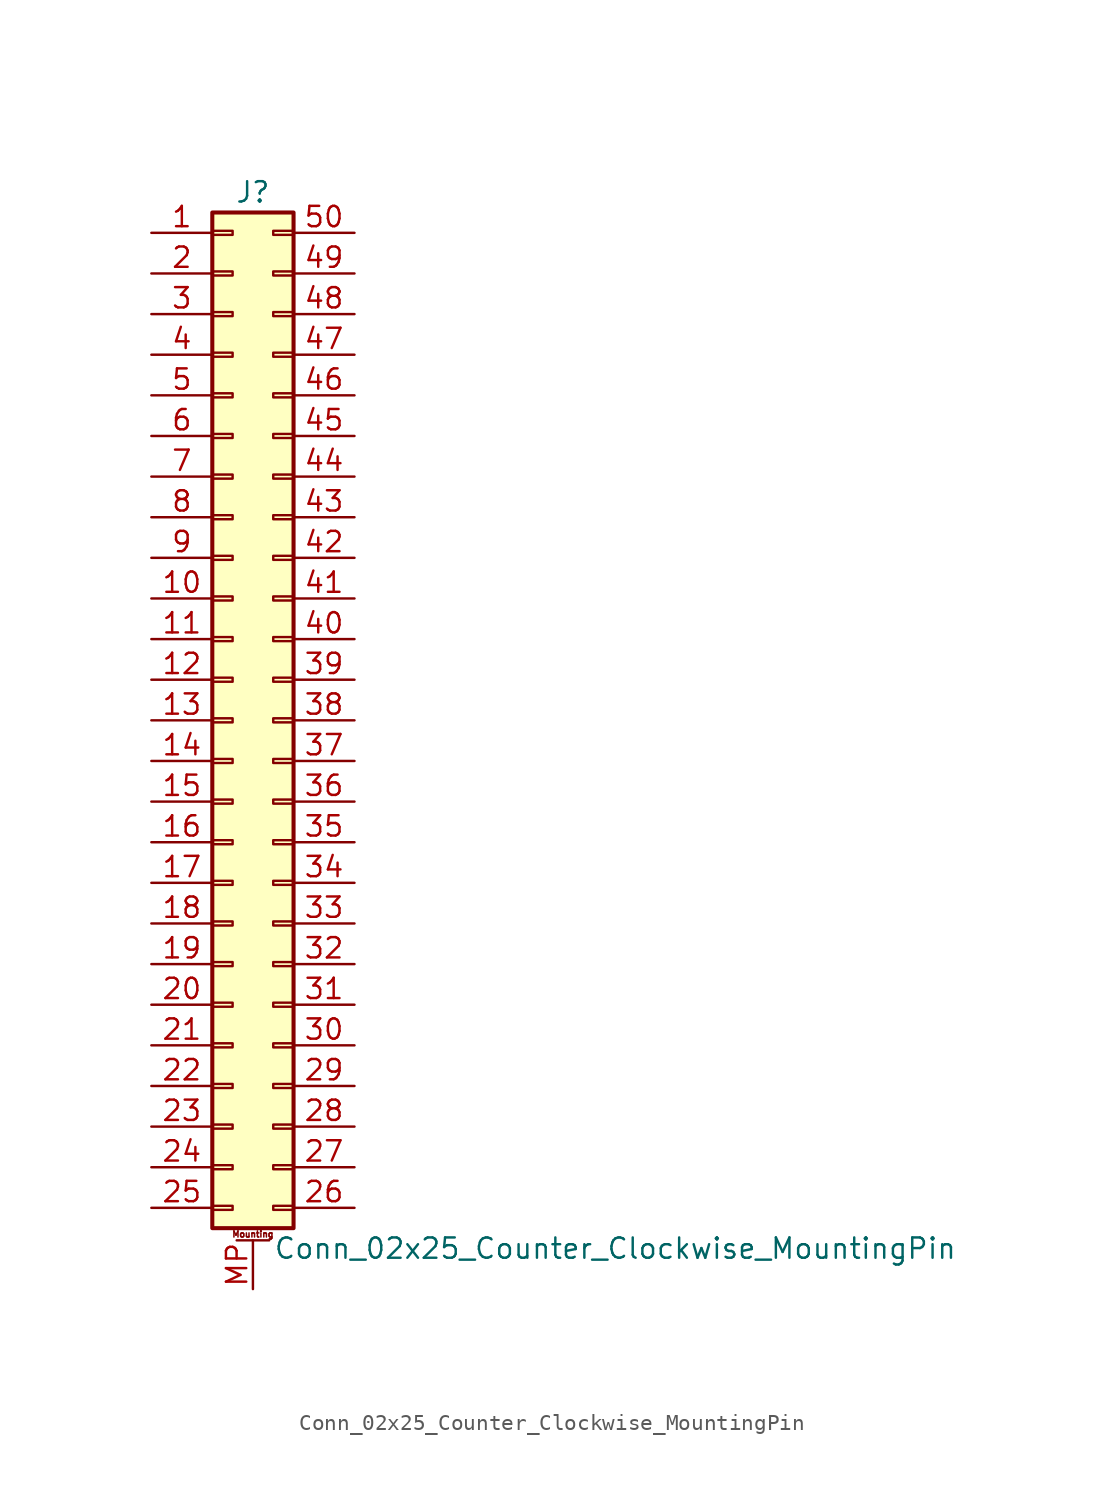
<source format=kicad_sym>
(kicad_symbol_lib
  (version 20220914)
  (generator kicad_symbol_editor)
  (symbol "Conn_02x25_Counter_Clockwise_MountingPin"
    (pin_names
      (offset 1.016) hide)
    (property "Reference" "J"
      (at 1.27 33.02 0)
      (effects (font (size 1.27 1.27))))
    (property "Value" "Conn_02x25_Counter_Clockwise_MountingPin"
      (at 2.54 -33.02 0)
      (effects (font (size 1.27 1.27)) (justify left)))
    (symbol "Conn_02x25_Counter_Clockwise_MountingPin_1_1"
      (rectangle (start -1.27 -30.353) (end 0 -30.607) (stroke (width 0.152) (type default)) (fill (type none)))
      (rectangle (start -1.27 -27.813) (end 0 -28.067) (stroke (width 0.152) (type default)) (fill (type none)))
      (rectangle (start -1.27 -25.273) (end 0 -25.527) (stroke (width 0.152) (type default)) (fill (type none)))
      (rectangle (start -1.27 -22.733) (end 0 -22.987) (stroke (width 0.152) (type default)) (fill (type none)))
      (rectangle (start -1.27 -20.193) (end 0 -20.447) (stroke (width 0.152) (type default)) (fill (type none)))
      (rectangle (start -1.27 -17.653) (end 0 -17.907) (stroke (width 0.152) (type default)) (fill (type none)))
      (rectangle (start -1.27 -15.113) (end 0 -15.367) (stroke (width 0.152) (type default)) (fill (type none)))
      (rectangle (start -1.27 -12.573) (end 0 -12.827) (stroke (width 0.152) (type default)) (fill (type none)))
      (rectangle (start -1.27 -10.033) (end 0 -10.287) (stroke (width 0.152) (type default)) (fill (type none)))
      (rectangle (start -1.27 -7.493) (end 0 -7.747) (stroke (width 0.152) (type default)) (fill (type none)))
      (rectangle (start -1.27 -4.953) (end 0 -5.207) (stroke (width 0.152) (type default)) (fill (type none)))
      (rectangle (start -1.27 -2.413) (end 0 -2.667) (stroke (width 0.152) (type default)) (fill (type none)))
      (rectangle (start -1.27 0.127) (end 0 -0.127) (stroke (width 0.152) (type default)) (fill (type none)))
      (rectangle (start -1.27 2.667) (end 0 2.413) (stroke (width 0.152) (type default)) (fill (type none)))
      (rectangle (start -1.27 5.207) (end 0 4.953) (stroke (width 0.152) (type default)) (fill (type none)))
      (rectangle (start -1.27 7.747) (end 0 7.493) (stroke (width 0.152) (type default)) (fill (type none)))
      (rectangle (start -1.27 10.287) (end 0 10.033) (stroke (width 0.152) (type default)) (fill (type none)))
      (rectangle (start -1.27 12.827) (end 0 12.573) (stroke (width 0.152) (type default)) (fill (type none)))
      (rectangle (start -1.27 15.367) (end 0 15.113) (stroke (width 0.152) (type default)) (fill (type none)))
      (rectangle (start -1.27 17.907) (end 0 17.653) (stroke (width 0.152) (type default)) (fill (type none)))
      (rectangle (start -1.27 20.447) (end 0 20.193) (stroke (width 0.152) (type default)) (fill (type none)))
      (rectangle (start -1.27 22.987) (end 0 22.733) (stroke (width 0.152) (type default)) (fill (type none)))
      (rectangle (start -1.27 25.527) (end 0 25.273) (stroke (width 0.152) (type default)) (fill (type none)))
      (rectangle (start -1.27 28.067) (end 0 27.813) (stroke (width 0.152) (type default)) (fill (type none)))
      (rectangle (start -1.27 30.607) (end 0 30.353) (stroke (width 0.152) (type default)) (fill (type none)))
      (rectangle (start -1.27 31.75) (end 3.81 -31.75) (stroke (width 0.254) (type default)) (fill (type background)))
      (polyline (pts (xy 0.254 -32.512) (xy 2.286 -32.512)) (stroke (width 0.152) (type default)) (fill (type none)))
      (rectangle (start 3.81 -30.353) (end 2.54 -30.607) (stroke (width 0.152) (type default)) (fill (type none)))
      (rectangle (start 3.81 -27.813) (end 2.54 -28.067) (stroke (width 0.152) (type default)) (fill (type none)))
      (rectangle (start 3.81 -25.273) (end 2.54 -25.527) (stroke (width 0.152) (type default)) (fill (type none)))
      (rectangle (start 3.81 -22.733) (end 2.54 -22.987) (stroke (width 0.152) (type default)) (fill (type none)))
      (rectangle (start 3.81 -20.193) (end 2.54 -20.447) (stroke (width 0.152) (type default)) (fill (type none)))
      (rectangle (start 3.81 -17.653) (end 2.54 -17.907) (stroke (width 0.152) (type default)) (fill (type none)))
      (rectangle (start 3.81 -15.113) (end 2.54 -15.367) (stroke (width 0.152) (type default)) (fill (type none)))
      (rectangle (start 3.81 -12.573) (end 2.54 -12.827) (stroke (width 0.152) (type default)) (fill (type none)))
      (rectangle (start 3.81 -10.033) (end 2.54 -10.287) (stroke (width 0.152) (type default)) (fill (type none)))
      (rectangle (start 3.81 -7.493) (end 2.54 -7.747) (stroke (width 0.152) (type default)) (fill (type none)))
      (rectangle (start 3.81 -4.953) (end 2.54 -5.207) (stroke (width 0.152) (type default)) (fill (type none)))
      (rectangle (start 3.81 -2.413) (end 2.54 -2.667) (stroke (width 0.152) (type default)) (fill (type none)))
      (rectangle (start 3.81 0.127) (end 2.54 -0.127) (stroke (width 0.152) (type default)) (fill (type none)))
      (rectangle (start 3.81 2.667) (end 2.54 2.413) (stroke (width 0.152) (type default)) (fill (type none)))
      (rectangle (start 3.81 5.207) (end 2.54 4.953) (stroke (width 0.152) (type default)) (fill (type none)))
      (rectangle (start 3.81 7.747) (end 2.54 7.493) (stroke (width 0.152) (type default)) (fill (type none)))
      (rectangle (start 3.81 10.287) (end 2.54 10.033) (stroke (width 0.152) (type default)) (fill (type none)))
      (rectangle (start 3.81 12.827) (end 2.54 12.573) (stroke (width 0.152) (type default)) (fill (type none)))
      (rectangle (start 3.81 15.367) (end 2.54 15.113) (stroke (width 0.152) (type default)) (fill (type none)))
      (rectangle (start 3.81 17.907) (end 2.54 17.653) (stroke (width 0.152) (type default)) (fill (type none)))
      (rectangle (start 3.81 20.447) (end 2.54 20.193) (stroke (width 0.152) (type default)) (fill (type none)))
      (rectangle (start 3.81 22.987) (end 2.54 22.733) (stroke (width 0.152) (type default)) (fill (type none)))
      (rectangle (start 3.81 25.527) (end 2.54 25.273) (stroke (width 0.152) (type default)) (fill (type none)))
      (rectangle (start 3.81 28.067) (end 2.54 27.813) (stroke (width 0.152) (type default)) (fill (type none)))
      (rectangle (start 3.81 30.607) (end 2.54 30.353) (stroke (width 0.152) (type default)) (fill (type none)))
      (text "Mounting" (at 1.27 -32.131 0) (effects (font (size 0.381 0.381))))
      (pin passive line (at -5.08 30.48 0) (length 3.81) (name "Pin_1" (effects (font (size 1.27 1.27)))) (number "1" (effects (font (size 1.27 1.27)))))
      (pin passive line (at -5.08 7.62 0) (length 3.81) (name "Pin_10" (effects (font (size 1.27 1.27)))) (number "10" (effects (font (size 1.27 1.27)))))
      (pin passive line (at -5.08 5.08 0) (length 3.81) (name "Pin_11" (effects (font (size 1.27 1.27)))) (number "11" (effects (font (size 1.27 1.27)))))
      (pin passive line (at -5.08 2.54 0) (length 3.81) (name "Pin_12" (effects (font (size 1.27 1.27)))) (number "12" (effects (font (size 1.27 1.27)))))
      (pin passive line (at -5.08 0 0) (length 3.81) (name "Pin_13" (effects (font (size 1.27 1.27)))) (number "13" (effects (font (size 1.27 1.27)))))
      (pin passive line (at -5.08 -2.54 0) (length 3.81) (name "Pin_14" (effects (font (size 1.27 1.27)))) (number "14" (effects (font (size 1.27 1.27)))))
      (pin passive line (at -5.08 -5.08 0) (length 3.81) (name "Pin_15" (effects (font (size 1.27 1.27)))) (number "15" (effects (font (size 1.27 1.27)))))
      (pin passive line (at -5.08 -7.62 0) (length 3.81) (name "Pin_16" (effects (font (size 1.27 1.27)))) (number "16" (effects (font (size 1.27 1.27)))))
      (pin passive line (at -5.08 -10.16 0) (length 3.81) (name "Pin_17" (effects (font (size 1.27 1.27)))) (number "17" (effects (font (size 1.27 1.27)))))
      (pin passive line (at -5.08 -12.7 0) (length 3.81) (name "Pin_18" (effects (font (size 1.27 1.27)))) (number "18" (effects (font (size 1.27 1.27)))))
      (pin passive line (at -5.08 -15.24 0) (length 3.81) (name "Pin_19" (effects (font (size 1.27 1.27)))) (number "19" (effects (font (size 1.27 1.27)))))
      (pin passive line (at -5.08 27.94 0) (length 3.81) (name "Pin_2" (effects (font (size 1.27 1.27)))) (number "2" (effects (font (size 1.27 1.27)))))
      (pin passive line (at -5.08 -17.78 0) (length 3.81) (name "Pin_20" (effects (font (size 1.27 1.27)))) (number "20" (effects (font (size 1.27 1.27)))))
      (pin passive line (at -5.08 -20.32 0) (length 3.81) (name "Pin_21" (effects (font (size 1.27 1.27)))) (number "21" (effects (font (size 1.27 1.27)))))
      (pin passive line (at -5.08 -22.86 0) (length 3.81) (name "Pin_22" (effects (font (size 1.27 1.27)))) (number "22" (effects (font (size 1.27 1.27)))))
      (pin passive line (at -5.08 -25.4 0) (length 3.81) (name "Pin_23" (effects (font (size 1.27 1.27)))) (number "23" (effects (font (size 1.27 1.27)))))
      (pin passive line (at -5.08 -27.94 0) (length 3.81) (name "Pin_24" (effects (font (size 1.27 1.27)))) (number "24" (effects (font (size 1.27 1.27)))))
      (pin passive line (at -5.08 -30.48 0) (length 3.81) (name "Pin_25" (effects (font (size 1.27 1.27)))) (number "25" (effects (font (size 1.27 1.27)))))
      (pin passive line (at 7.62 -30.48 180) (length 3.81) (name "Pin_26" (effects (font (size 1.27 1.27)))) (number "26" (effects (font (size 1.27 1.27)))))
      (pin passive line (at 7.62 -27.94 180) (length 3.81) (name "Pin_27" (effects (font (size 1.27 1.27)))) (number "27" (effects (font (size 1.27 1.27)))))
      (pin passive line (at 7.62 -25.4 180) (length 3.81) (name "Pin_28" (effects (font (size 1.27 1.27)))) (number "28" (effects (font (size 1.27 1.27)))))
      (pin passive line (at 7.62 -22.86 180) (length 3.81) (name "Pin_29" (effects (font (size 1.27 1.27)))) (number "29" (effects (font (size 1.27 1.27)))))
      (pin passive line (at -5.08 25.4 0) (length 3.81) (name "Pin_3" (effects (font (size 1.27 1.27)))) (number "3" (effects (font (size 1.27 1.27)))))
      (pin passive line (at 7.62 -20.32 180) (length 3.81) (name "Pin_30" (effects (font (size 1.27 1.27)))) (number "30" (effects (font (size 1.27 1.27)))))
      (pin passive line (at 7.62 -17.78 180) (length 3.81) (name "Pin_31" (effects (font (size 1.27 1.27)))) (number "31" (effects (font (size 1.27 1.27)))))
      (pin passive line (at 7.62 -15.24 180) (length 3.81) (name "Pin_32" (effects (font (size 1.27 1.27)))) (number "32" (effects (font (size 1.27 1.27)))))
      (pin passive line (at 7.62 -12.7 180) (length 3.81) (name "Pin_33" (effects (font (size 1.27 1.27)))) (number "33" (effects (font (size 1.27 1.27)))))
      (pin passive line (at 7.62 -10.16 180) (length 3.81) (name "Pin_34" (effects (font (size 1.27 1.27)))) (number "34" (effects (font (size 1.27 1.27)))))
      (pin passive line (at 7.62 -7.62 180) (length 3.81) (name "Pin_35" (effects (font (size 1.27 1.27)))) (number "35" (effects (font (size 1.27 1.27)))))
      (pin passive line (at 7.62 -5.08 180) (length 3.81) (name "Pin_36" (effects (font (size 1.27 1.27)))) (number "36" (effects (font (size 1.27 1.27)))))
      (pin passive line (at 7.62 -2.54 180) (length 3.81) (name "Pin_37" (effects (font (size 1.27 1.27)))) (number "37" (effects (font (size 1.27 1.27)))))
      (pin passive line (at 7.62 0 180) (length 3.81) (name "Pin_38" (effects (font (size 1.27 1.27)))) (number "38" (effects (font (size 1.27 1.27)))))
      (pin passive line (at 7.62 2.54 180) (length 3.81) (name "Pin_39" (effects (font (size 1.27 1.27)))) (number "39" (effects (font (size 1.27 1.27)))))
      (pin passive line (at -5.08 22.86 0) (length 3.81) (name "Pin_4" (effects (font (size 1.27 1.27)))) (number "4" (effects (font (size 1.27 1.27)))))
      (pin passive line (at 7.62 5.08 180) (length 3.81) (name "Pin_40" (effects (font (size 1.27 1.27)))) (number "40" (effects (font (size 1.27 1.27)))))
      (pin passive line (at 7.62 7.62 180) (length 3.81) (name "Pin_41" (effects (font (size 1.27 1.27)))) (number "41" (effects (font (size 1.27 1.27)))))
      (pin passive line (at 7.62 10.16 180) (length 3.81) (name "Pin_42" (effects (font (size 1.27 1.27)))) (number "42" (effects (font (size 1.27 1.27)))))
      (pin passive line (at 7.62 12.7 180) (length 3.81) (name "Pin_43" (effects (font (size 1.27 1.27)))) (number "43" (effects (font (size 1.27 1.27)))))
      (pin passive line (at 7.62 15.24 180) (length 3.81) (name "Pin_44" (effects (font (size 1.27 1.27)))) (number "44" (effects (font (size 1.27 1.27)))))
      (pin passive line (at 7.62 17.78 180) (length 3.81) (name "Pin_45" (effects (font (size 1.27 1.27)))) (number "45" (effects (font (size 1.27 1.27)))))
      (pin passive line (at 7.62 20.32 180) (length 3.81) (name "Pin_46" (effects (font (size 1.27 1.27)))) (number "46" (effects (font (size 1.27 1.27)))))
      (pin passive line (at 7.62 22.86 180) (length 3.81) (name "Pin_47" (effects (font (size 1.27 1.27)))) (number "47" (effects (font (size 1.27 1.27)))))
      (pin passive line (at 7.62 25.4 180) (length 3.81) (name "Pin_48" (effects (font (size 1.27 1.27)))) (number "48" (effects (font (size 1.27 1.27)))))
      (pin passive line (at 7.62 27.94 180) (length 3.81) (name "Pin_49" (effects (font (size 1.27 1.27)))) (number "49" (effects (font (size 1.27 1.27)))))
      (pin passive line (at -5.08 20.32 0) (length 3.81) (name "Pin_5" (effects (font (size 1.27 1.27)))) (number "5" (effects (font (size 1.27 1.27)))))
      (pin passive line (at 7.62 30.48 180) (length 3.81) (name "Pin_50" (effects (font (size 1.27 1.27)))) (number "50" (effects (font (size 1.27 1.27)))))
      (pin passive line (at -5.08 17.78 0) (length 3.81) (name "Pin_6" (effects (font (size 1.27 1.27)))) (number "6" (effects (font (size 1.27 1.27)))))
      (pin passive line (at -5.08 15.24 0) (length 3.81) (name "Pin_7" (effects (font (size 1.27 1.27)))) (number "7" (effects (font (size 1.27 1.27)))))
      (pin passive line (at -5.08 12.7 0) (length 3.81) (name "Pin_8" (effects (font (size 1.27 1.27)))) (number "8" (effects (font (size 1.27 1.27)))))
      (pin passive line (at -5.08 10.16 0) (length 3.81) (name "Pin_9" (effects (font (size 1.27 1.27)))) (number "9" (effects (font (size 1.27 1.27)))))
      (pin passive line (at 1.27 -35.56 90) (length 3.048) (name "MountPin" (effects (font (size 1.27 1.27)))) (number "MP" (effects (font (size 1.27 1.27))))))))
</source>
